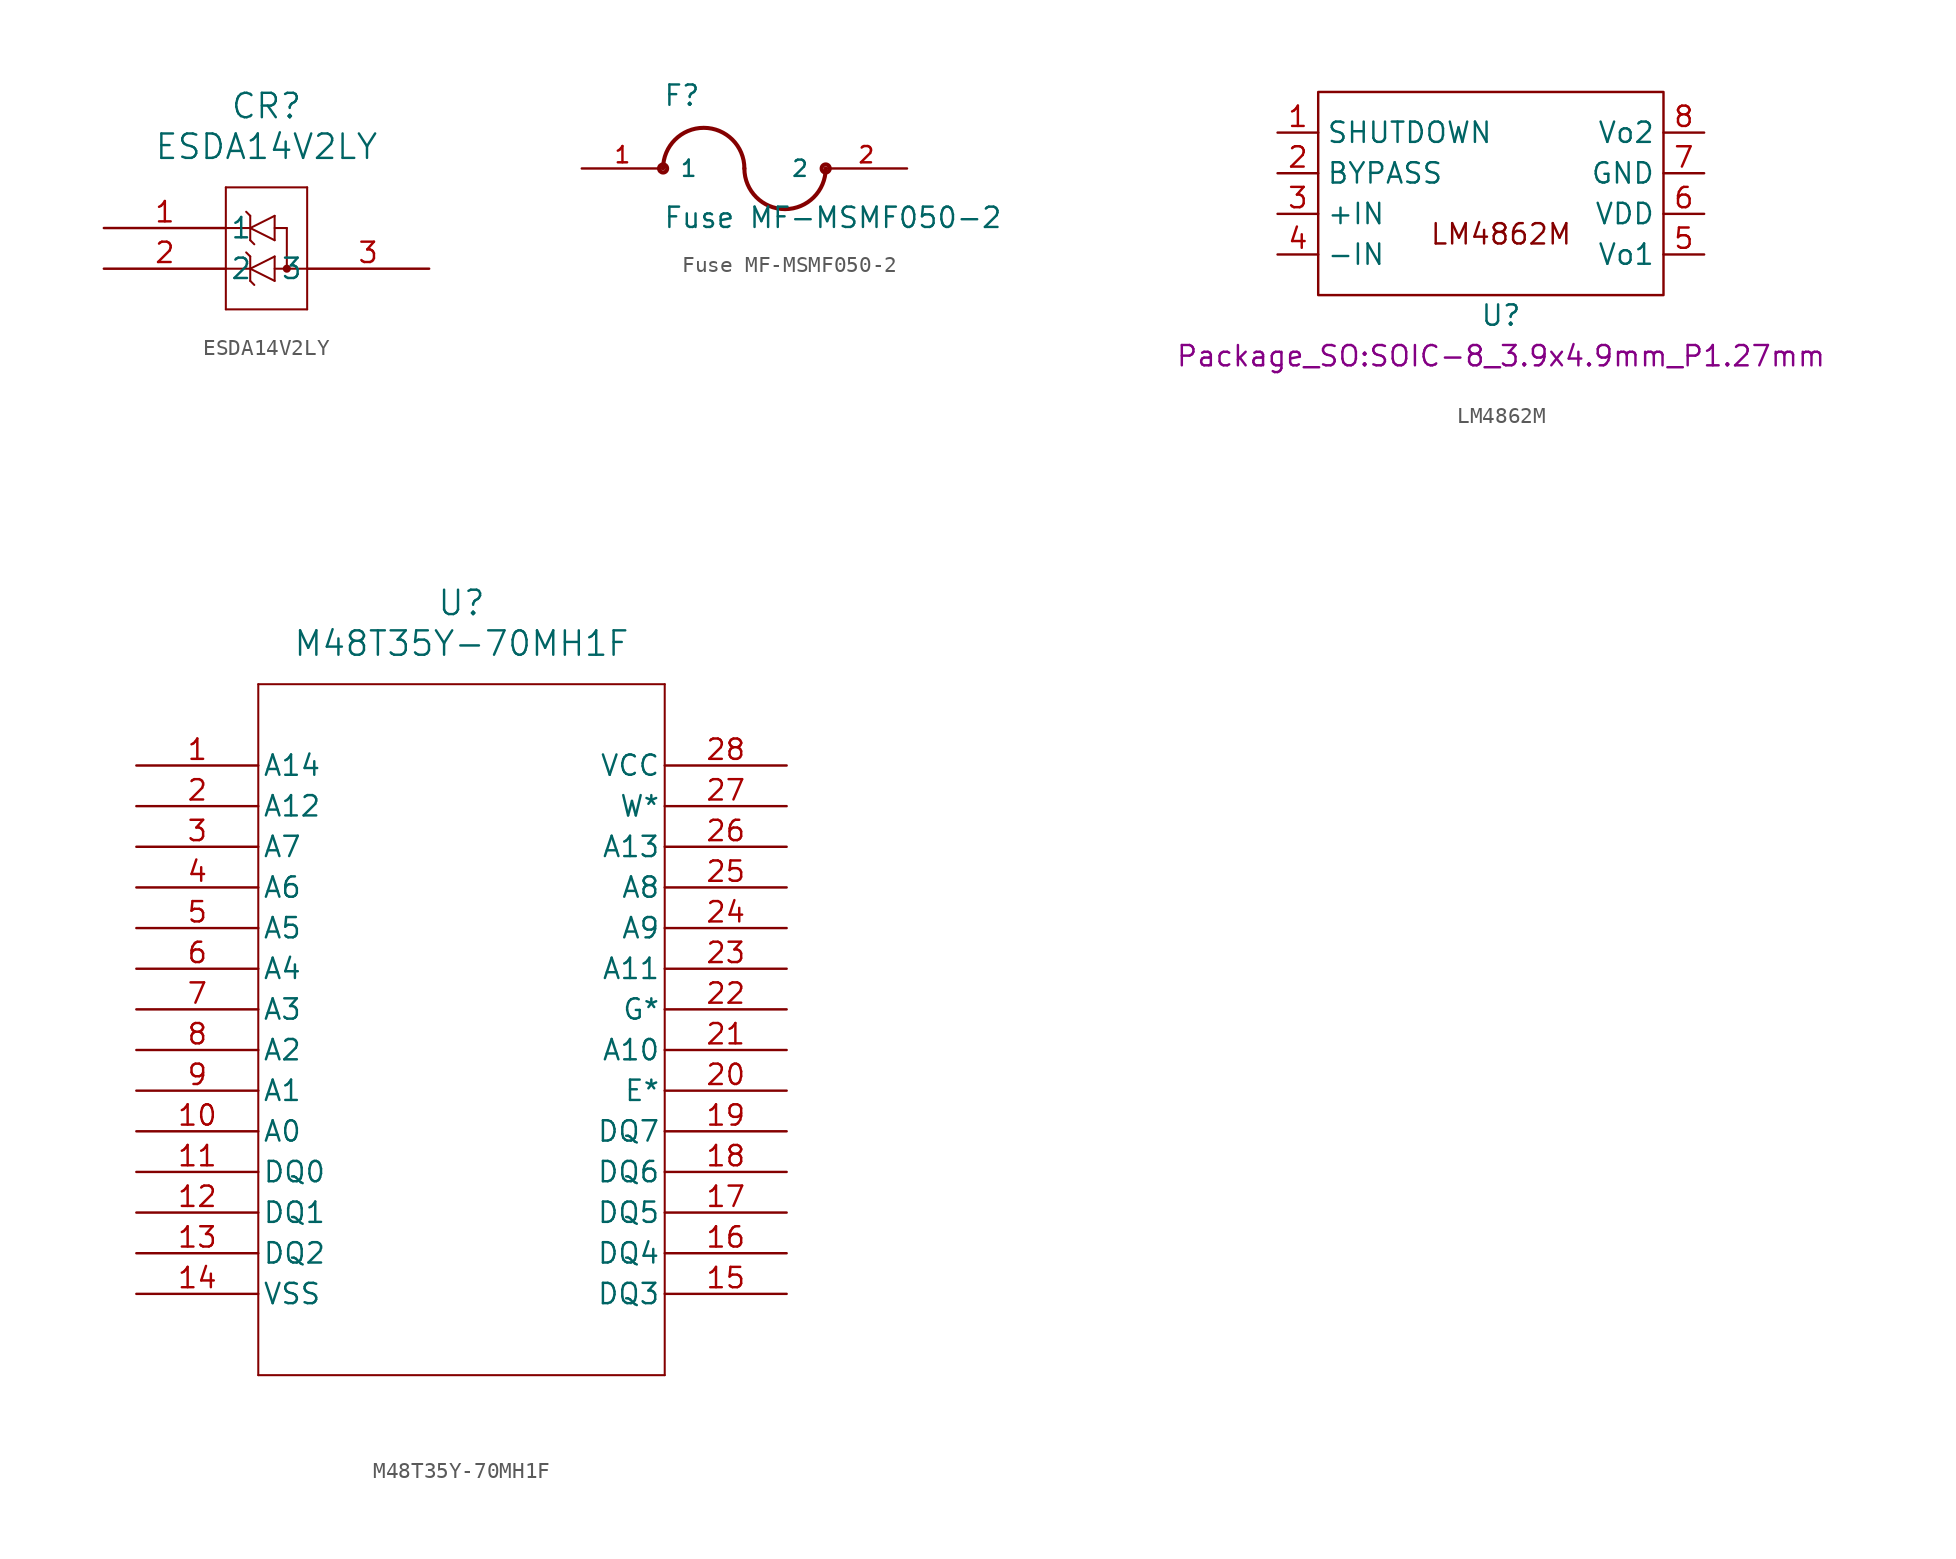
<source format=kicad_sym>
(kicad_symbol_lib
  (version 20241209)
  (generator "kicad_symbol_editor")
  (generator_version "9.0")
  (symbol "ESDA14V2LY"
    (pin_names
      (offset 0.254))
    (property "Reference" "CR"
      (at 10.16 7.62 0)
      (effects (font (size 1.524 1.524))))
    (property "Value" "ESDA14V2LY"
      (at 10.16 5.08 0)
      (effects (font (size 1.524 1.524))))
    (property "ki_locked" ""
      (at 0 0 0)
      (effects (font (size 1.27 1.27))))
    (symbol "ESDA14V2LY_0_1"
      (polyline (pts (xy 7.62 2.54) (xy 7.62 -5.08)) (stroke (width 0.127) (type default)) (fill (type none)))
      (polyline (pts (xy 7.62 -2.54) (xy 9.144 -2.54)) (stroke (width 0.127) (type default)) (fill (type none)))
      (polyline (pts (xy 7.62 -5.08) (xy 12.7 -5.08)) (stroke (width 0.127) (type default)) (fill (type none)))
      (polyline (pts (xy 9.144 0.762) (xy 8.89 1.016)) (stroke (width 0.127) (type default)) (fill (type none)))
      (polyline (pts (xy 9.144 0) (xy 7.62 0)) (stroke (width 0.127) (type default)) (fill (type none)))
      (polyline (pts (xy 9.144 0) (xy 10.668 -0.762)) (stroke (width 0.127) (type default)) (fill (type none)))
      (polyline (pts (xy 9.144 -0.762) (xy 9.144 0.762)) (stroke (width 0.127) (type default)) (fill (type none)))
      (polyline (pts (xy 9.144 -0.762) (xy 9.398 -1.016)) (stroke (width 0.127) (type default)) (fill (type none)))
      (polyline (pts (xy 9.144 -1.778) (xy 8.89 -1.524)) (stroke (width 0.127) (type default)) (fill (type none)))
      (polyline (pts (xy 9.144 -2.54) (xy 10.668 -3.302)) (stroke (width 0.127) (type default)) (fill (type none)))
      (polyline (pts (xy 9.144 -3.302) (xy 9.144 -1.778)) (stroke (width 0.127) (type default)) (fill (type none)))
      (polyline (pts (xy 9.144 -3.302) (xy 9.398 -3.556)) (stroke (width 0.127) (type default)) (fill (type none)))
      (polyline (pts (xy 10.668 0.762) (xy 9.144 0)) (stroke (width 0.127) (type default)) (fill (type none)))
      (polyline (pts (xy 10.668 0) (xy 11.43 0)) (stroke (width 0.127) (type default)) (fill (type none)))
      (polyline (pts (xy 10.668 -0.762) (xy 10.668 0.762)) (stroke (width 0.127) (type default)) (fill (type none)))
      (polyline (pts (xy 10.668 -1.778) (xy 9.144 -2.54)) (stroke (width 0.127) (type default)) (fill (type none)))
      (polyline (pts (xy 10.668 -2.54) (xy 12.7 -2.54)) (stroke (width 0.127) (type default)) (fill (type none)))
      (polyline (pts (xy 10.668 -3.302) (xy 10.668 -1.778)) (stroke (width 0.127) (type default)) (fill (type none)))
      (polyline (pts (xy 11.43 0) (xy 11.43 -2.54)) (stroke (width 0.127) (type default)) (fill (type none)))
      (circle (center 11.43 -2.54) (radius 0.127) (stroke (width 0.254) (type default)) (fill (type none)))
      (polyline (pts (xy 12.7 2.54) (xy 7.62 2.54)) (stroke (width 0.127) (type default)) (fill (type none)))
      (polyline (pts (xy 12.7 -5.08) (xy 12.7 2.54)) (stroke (width 0.127) (type default)) (fill (type none))))
    (symbol "ESDA14V2LY_1_1"
      (pin input line (at 0 0 0) (length 7.62) (name "1" (effects (font (size 1.27 1.27)))) (number "1" (effects (font (size 1.27 1.27)))))
      (pin input line (at 0 -2.54 0) (length 7.62) (name "2" (effects (font (size 1.27 1.27)))) (number "2" (effects (font (size 1.27 1.27)))))
      (pin input line (at 20.32 -2.54 180) (length 7.62) (name "3" (effects (font (size 1.27 1.27)))) (number "3" (effects (font (size 1.27 1.27)))))))
  (symbol "Fuse MF-MSMF050-2"
    (pin_names
      (offset 1.016))
    (property "Reference" "F"
      (at -5.088 3.816 0)
      (effects (font (size 1.27 1.27)) (justify left bottom)))
    (property "Value" "Fuse MF-MSMF050-2"
      (at -5.089 -3.817 0)
      (effects (font (size 1.27 1.27)) (justify left bottom)))
    (symbol "Fuse MF-MSMF050-2_0_0"
      (circle (center -5.08 0) (radius 0.254) (stroke (width 0.254) (type default)) (fill (type none)))
      (arc (start -5.08 0) (mid -2.54 2.529) (end 0 0) (stroke (width 0.254) (type default)) (fill (type none)))
      (arc (start 5.08 0) (mid 2.54 -2.529) (end 0 0) (stroke (width 0.254) (type default)) (fill (type none)))
      (circle (center 5.08 0) (radius 0.254) (stroke (width 0.254) (type default)) (fill (type none)))
      (pin passive line (at -10.16 0 0) (length 5.08) (name "1" (effects (font (size 1.016 1.016)))) (number "1" (effects (font (size 1.016 1.016)))))
      (pin passive line (at 10.16 0 180) (length 5.08) (name "2" (effects (font (size 1.016 1.016)))) (number "2" (effects (font (size 1.016 1.016)))))))
  (symbol "LM4862M"
    (property "Reference" "U"
      (at 0 -8.89 0)
      (effects (font (size 1.27 1.27))))
    (property "Value" ""
      (at 0 0 0)
      (effects (font (size 1.27 1.27))))
    (property "Footprint" "Package_SO:SOIC-8_3.9x4.9mm_P1.27mm"
      (at 0 -11.43 0)
      (effects (font (size 1.27 1.27))))
    (symbol "LM4862M_0_1"
      (rectangle (start -11.43 5.08) (end 10.16 -7.62) (stroke (width 0) (type default)) (fill (type none)))
      (text "LM4862M" (at 0 -3.81 0) (effects (font (size 1.27 1.27)))))
    (symbol "LM4862M_1_1"
      (pin input line (at -13.97 2.54 0) (length 2.54) (name "SHUTDOWN" (effects (font (size 1.27 1.27)))) (number "1" (effects (font (size 1.27 1.27)))))
      (pin input line (at -13.97 0 0) (length 2.54) (name "BYPASS" (effects (font (size 1.27 1.27)))) (number "2" (effects (font (size 1.27 1.27)))))
      (pin input line (at -13.97 -2.54 0) (length 2.54) (name "+IN" (effects (font (size 1.27 1.27)))) (number "3" (effects (font (size 1.27 1.27)))))
      (pin input line (at -13.97 -5.08 0) (length 2.54) (name "-IN" (effects (font (size 1.27 1.27)))) (number "4" (effects (font (size 1.27 1.27)))))
      (pin output line (at 12.7 2.54 180) (length 2.54) (name "Vo2" (effects (font (size 1.27 1.27)))) (number "8" (effects (font (size 1.27 1.27)))))
      (pin passive line (at 12.7 0 180) (length 2.54) (name "GND" (effects (font (size 1.27 1.27)))) (number "7" (effects (font (size 1.27 1.27)))))
      (pin power_in line (at 12.7 -2.54 180) (length 2.54) (name "VDD" (effects (font (size 1.27 1.27)))) (number "6" (effects (font (size 1.27 1.27)))))
      (pin output line (at 12.7 -5.08 180) (length 2.54) (name "Vo1" (effects (font (size 1.27 1.27)))) (number "5" (effects (font (size 1.27 1.27)))))))
  (symbol "M48T35Y-70MH1F"
    (pin_names
      (offset 0.254))
    (property "Reference" "U"
      (at 20.32 10.16 0)
      (effects (font (size 1.524 1.524))))
    (property "Value" "M48T35Y-70MH1F"
      (at 20.32 7.62 0)
      (effects (font (size 1.524 1.524))))
    (property "ki_locked" ""
      (at 0 0 0)
      (effects (font (size 1.27 1.27))))
    (symbol "M48T35Y-70MH1F_0_1"
      (polyline (pts (xy 7.62 5.08) (xy 7.62 -38.1)) (stroke (width 0.127) (type default)) (fill (type none)))
      (polyline (pts (xy 7.62 -38.1) (xy 33.02 -38.1)) (stroke (width 0.127) (type default)) (fill (type none)))
      (polyline (pts (xy 33.02 5.08) (xy 7.62 5.08)) (stroke (width 0.127) (type default)) (fill (type none)))
      (polyline (pts (xy 33.02 -38.1) (xy 33.02 5.08)) (stroke (width 0.127) (type default)) (fill (type none)))
      (pin input line (at 0 0 0) (length 7.62) (name "A14" (effects (font (size 1.27 1.27)))) (number "1" (effects (font (size 1.27 1.27)))))
      (pin input line (at 0 -2.54 0) (length 7.62) (name "A12" (effects (font (size 1.27 1.27)))) (number "2" (effects (font (size 1.27 1.27)))))
      (pin input line (at 0 -5.08 0) (length 7.62) (name "A7" (effects (font (size 1.27 1.27)))) (number "3" (effects (font (size 1.27 1.27)))))
      (pin input line (at 0 -7.62 0) (length 7.62) (name "A6" (effects (font (size 1.27 1.27)))) (number "4" (effects (font (size 1.27 1.27)))))
      (pin input line (at 0 -10.16 0) (length 7.62) (name "A5" (effects (font (size 1.27 1.27)))) (number "5" (effects (font (size 1.27 1.27)))))
      (pin input line (at 0 -12.7 0) (length 7.62) (name "A4" (effects (font (size 1.27 1.27)))) (number "6" (effects (font (size 1.27 1.27)))))
      (pin input line (at 0 -15.24 0) (length 7.62) (name "A3" (effects (font (size 1.27 1.27)))) (number "7" (effects (font (size 1.27 1.27)))))
      (pin input line (at 0 -17.78 0) (length 7.62) (name "A2" (effects (font (size 1.27 1.27)))) (number "8" (effects (font (size 1.27 1.27)))))
      (pin input line (at 0 -20.32 0) (length 7.62) (name "A1" (effects (font (size 1.27 1.27)))) (number "9" (effects (font (size 1.27 1.27)))))
      (pin input line (at 0 -22.86 0) (length 7.62) (name "A0" (effects (font (size 1.27 1.27)))) (number "10" (effects (font (size 1.27 1.27)))))
      (pin bidirectional line (at 0 -25.4 0) (length 7.62) (name "DQ0" (effects (font (size 1.27 1.27)))) (number "11" (effects (font (size 1.27 1.27)))))
      (pin bidirectional line (at 0 -27.94 0) (length 7.62) (name "DQ1" (effects (font (size 1.27 1.27)))) (number "12" (effects (font (size 1.27 1.27)))))
      (pin bidirectional line (at 0 -30.48 0) (length 7.62) (name "DQ2" (effects (font (size 1.27 1.27)))) (number "13" (effects (font (size 1.27 1.27)))))
      (pin power_in line (at 0 -33.02 0) (length 7.62) (name "VSS" (effects (font (size 1.27 1.27)))) (number "14" (effects (font (size 1.27 1.27)))))
      (pin power_in line (at 40.64 0 180) (length 7.62) (name "VCC" (effects (font (size 1.27 1.27)))) (number "28" (effects (font (size 1.27 1.27)))))
      (pin unspecified line (at 40.64 -2.54 180) (length 7.62) (name "W*" (effects (font (size 1.27 1.27)))) (number "27" (effects (font (size 1.27 1.27)))))
      (pin input line (at 40.64 -5.08 180) (length 7.62) (name "A13" (effects (font (size 1.27 1.27)))) (number "26" (effects (font (size 1.27 1.27)))))
      (pin input line (at 40.64 -7.62 180) (length 7.62) (name "A8" (effects (font (size 1.27 1.27)))) (number "25" (effects (font (size 1.27 1.27)))))
      (pin input line (at 40.64 -10.16 180) (length 7.62) (name "A9" (effects (font (size 1.27 1.27)))) (number "24" (effects (font (size 1.27 1.27)))))
      (pin input line (at 40.64 -12.7 180) (length 7.62) (name "A11" (effects (font (size 1.27 1.27)))) (number "23" (effects (font (size 1.27 1.27)))))
      (pin output line (at 40.64 -15.24 180) (length 7.62) (name "G*" (effects (font (size 1.27 1.27)))) (number "22" (effects (font (size 1.27 1.27)))))
      (pin input line (at 40.64 -17.78 180) (length 7.62) (name "A10" (effects (font (size 1.27 1.27)))) (number "21" (effects (font (size 1.27 1.27)))))
      (pin unspecified line (at 40.64 -20.32 180) (length 7.62) (name "E*" (effects (font (size 1.27 1.27)))) (number "20" (effects (font (size 1.27 1.27)))))
      (pin bidirectional line (at 40.64 -22.86 180) (length 7.62) (name "DQ7" (effects (font (size 1.27 1.27)))) (number "19" (effects (font (size 1.27 1.27)))))
      (pin bidirectional line (at 40.64 -25.4 180) (length 7.62) (name "DQ6" (effects (font (size 1.27 1.27)))) (number "18" (effects (font (size 1.27 1.27)))))
      (pin bidirectional line (at 40.64 -27.94 180) (length 7.62) (name "DQ5" (effects (font (size 1.27 1.27)))) (number "17" (effects (font (size 1.27 1.27)))))
      (pin bidirectional line (at 40.64 -30.48 180) (length 7.62) (name "DQ4" (effects (font (size 1.27 1.27)))) (number "16" (effects (font (size 1.27 1.27)))))
      (pin bidirectional line (at 40.64 -33.02 180) (length 7.62) (name "DQ3" (effects (font (size 1.27 1.27)))) (number "15" (effects (font (size 1.27 1.27))))))))
</source>
